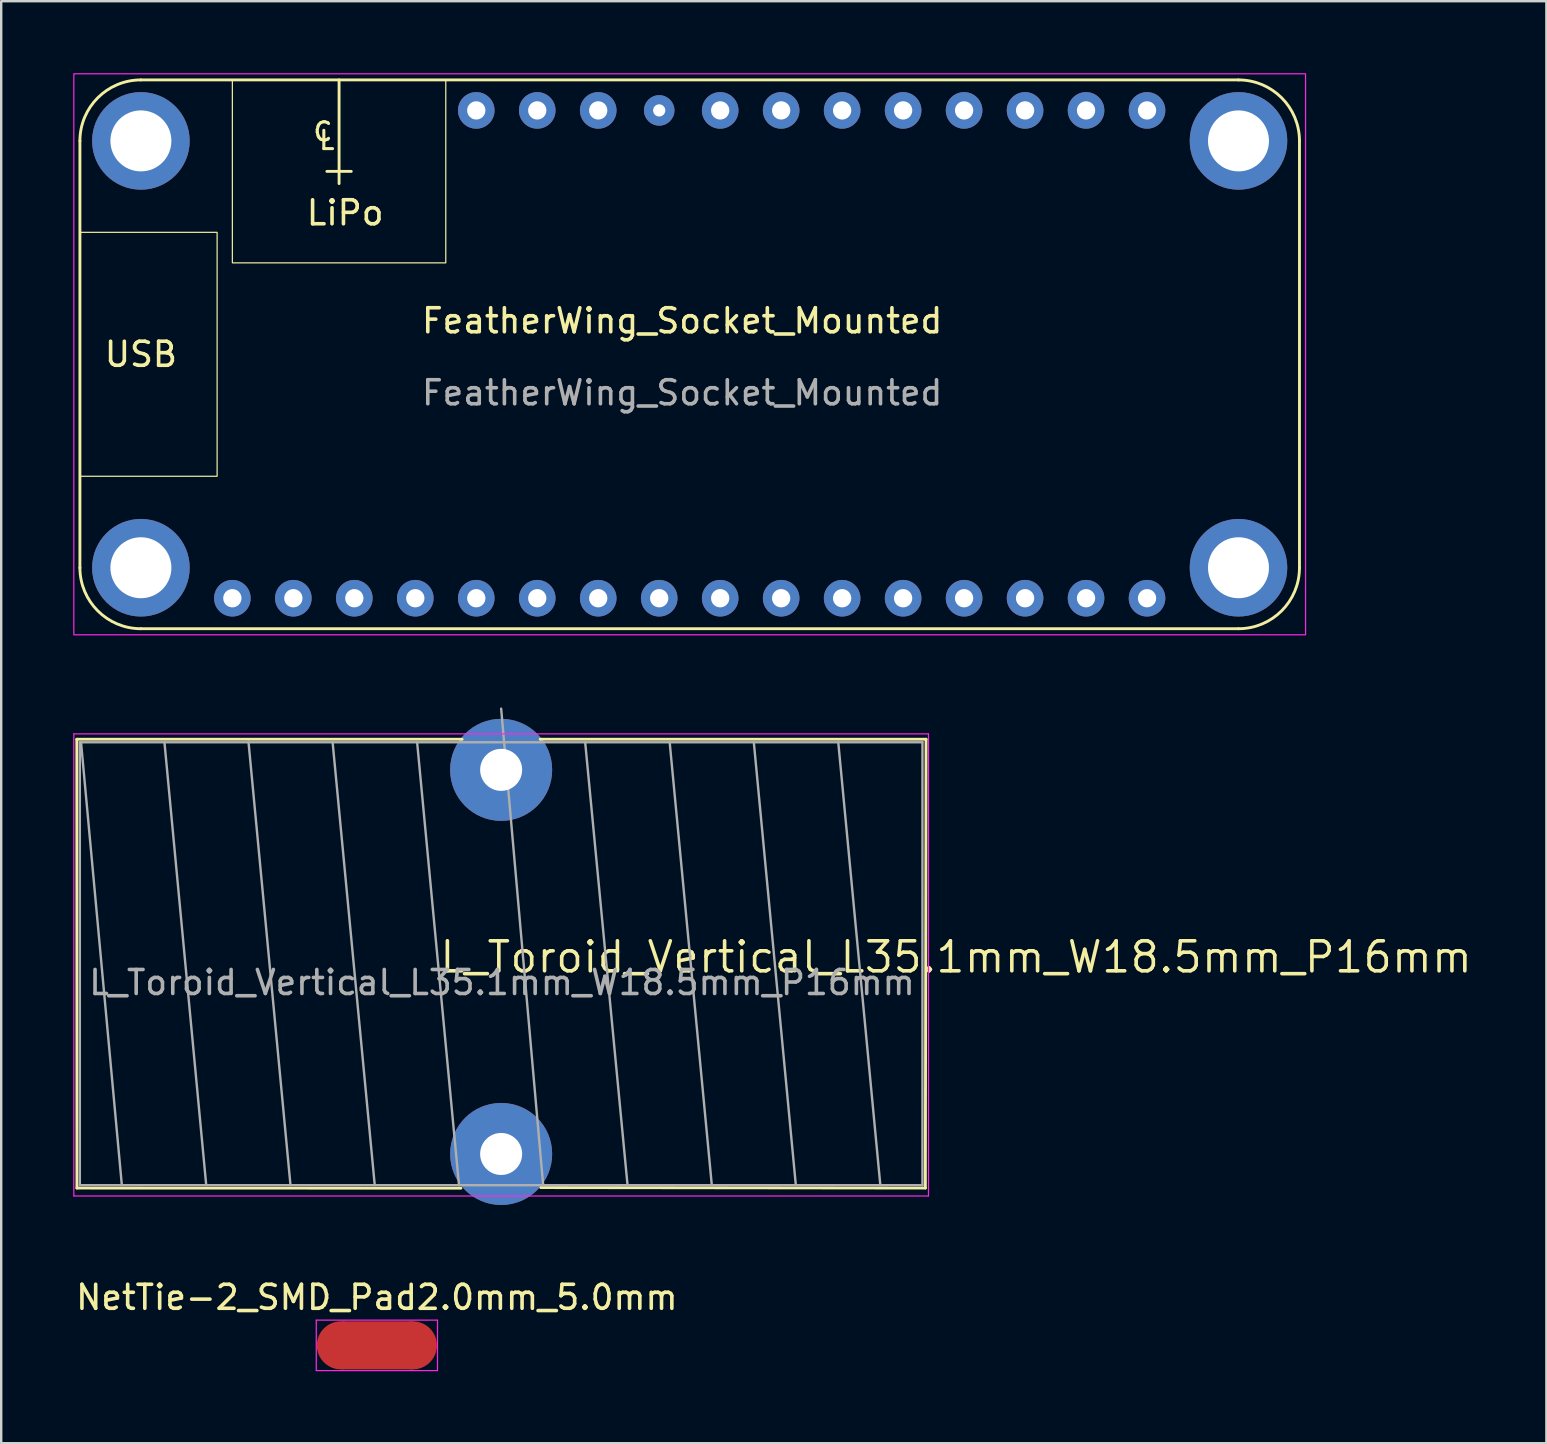
<source format=kicad_pcb>
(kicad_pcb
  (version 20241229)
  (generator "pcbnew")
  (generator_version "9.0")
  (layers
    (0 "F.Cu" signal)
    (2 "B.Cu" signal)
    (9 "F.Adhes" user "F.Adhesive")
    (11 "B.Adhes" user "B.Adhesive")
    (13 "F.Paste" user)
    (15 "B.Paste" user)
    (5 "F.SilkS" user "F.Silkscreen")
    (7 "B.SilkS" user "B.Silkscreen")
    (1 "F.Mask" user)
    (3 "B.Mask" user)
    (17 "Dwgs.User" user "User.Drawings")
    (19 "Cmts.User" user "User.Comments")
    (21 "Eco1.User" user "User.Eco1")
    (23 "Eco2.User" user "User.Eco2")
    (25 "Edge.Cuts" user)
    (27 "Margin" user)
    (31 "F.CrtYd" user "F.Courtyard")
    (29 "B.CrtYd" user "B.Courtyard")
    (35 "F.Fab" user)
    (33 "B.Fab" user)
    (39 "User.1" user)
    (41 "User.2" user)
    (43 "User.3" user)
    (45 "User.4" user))
  (footprint "L_Toroid_Vertical_L35.1mm_W18.5mm_P16mm"
    (layer "F.Cu")
    (at 17.825 27.768)
    (property "Reference" "L_Toroid_Vertical_L35.1mm_W18.5mm_P16mm" (at 18.951 9.049 180) (layer "F.SilkS") (effects (font (size 1.25 1.25) (thickness 0.15))))
    (attr through_hole)
    (fp_line (start -17.675 -0.025) (end -17.67 18.67) (stroke (width 0.12) (type solid)) (layer "F.SilkS"))
    (fp_line (start -17.675 -0.025) (end -1.625 -0.025) (stroke (width 0.12) (type solid)) (layer "F.SilkS"))
    (fp_line (start -17.67 18.67) (end -1.675 18.675) (stroke (width 0.12) (type solid)) (layer "F.SilkS"))
    (fp_line (start 1.625 -0.025) (end 17.7 -0.025) (stroke (width 0.12) (type solid)) (layer "F.SilkS"))
    (fp_line (start 1.65 18.65) (end 17.67 18.67) (stroke (width 0.12) (type solid)) (layer "F.SilkS"))
    (fp_line (start 17.7 -0.025) (end 17.67 18.67) (stroke (width 0.12) (type solid)) (layer "F.SilkS"))
    (fp_line (start -17.8 -0.25) (end -17.8 19) (stroke (width 0.05) (type solid)) (layer "F.CrtYd"))
    (fp_line (start -17.8 19) (end 17.8 19) (stroke (width 0.05) (type solid)) (layer "F.CrtYd"))
    (fp_line (start 17.8 -0.25) (end -17.8 -0.25) (stroke (width 0.05) (type solid)) (layer "F.CrtYd"))
    (fp_line (start 17.8 19) (end 17.8 -0.25) (stroke (width 0.05) (type solid)) (layer "F.CrtYd"))
    (fp_line (start -17.55 0.1) (end -17.55 18.55) (stroke (width 0.1) (type solid)) (layer "F.Fab"))
    (fp_line (start -17.55 18.55) (end 17.55 18.55) (stroke (width 0.1) (type solid)) (layer "F.Fab"))
    (fp_line (start -17.5 0.1) (end -15.8 18.55) (stroke (width 0.1) (type solid)) (layer "F.Fab"))
    (fp_line (start -14.025 0.1) (end -12.285 18.55) (stroke (width 0.1) (type solid)) (layer "F.Fab"))
    (fp_line (start -10.525 0.075) (end -8.775 18.55) (stroke (width 0.1) (type solid)) (layer "F.Fab"))
    (fp_line (start -7.02 0.1) (end -5.265 18.55) (stroke (width 0.1) (type solid)) (layer "F.Fab"))
    (fp_line (start -3.5 0.1) (end -1.755 18.55) (stroke (width 0.1) (type solid)) (layer "F.Fab"))
    (fp_line (start 0 -1.3) (end 1.75 18.55) (stroke (width 0.1) (type solid)) (layer "F.Fab"))
    (fp_line (start 3.5 0.1) (end 5.265 18.55) (stroke (width 0.1) (type solid)) (layer "F.Fab"))
    (fp_line (start 7.02 0.1) (end 8.775 18.55) (stroke (width 0.1) (type solid)) (layer "F.Fab"))
    (fp_line (start 10.525 0.1) (end 12.275 18.55) (stroke (width 0.1) (type solid)) (layer "F.Fab"))
    (fp_line (start 14.04 0.075) (end 15.795 18.55) (stroke (width 0.1) (type solid)) (layer "F.Fab"))
    (fp_line (start 17.55 0.1) (end -17.55 0.1) (stroke (width 0.1) (type solid)) (layer "F.Fab"))
    (fp_line (start 17.55 18.55) (end 17.55 0.1) (stroke (width 0.1) (type solid)) (layer "F.Fab"))
    (fp_text user "${REFERENCE}" (at 0.036 10.109 180) (layer "F.Fab") (effects (font (size 1 1) (thickness 0.15))))
    (pad "1" thru_hole circle (at 0 1.25) (size 4.25 4.25) (drill 1.75) (layers "*.Cu" "*.Mask"))
    (pad "2" thru_hole circle (at 0 17.25) (size 4.25 4.25) (drill 1.75) (layers "*.Cu" "*.Mask")))
  (footprint "FeatherWing_Socket_Mounted"
    (layer "F.Cu")
    (at 25.679 11.709)
    (property "Reference" "FeatherWing_Socket_Mounted" (at -0.314 -1.396 0) (unlocked yes) (layer "F.SilkS") (effects (font (size 1 1) (thickness 0.15))))
    (attr through_hole)
    (fp_line (start -25.4 8.89) (end -25.4 -8.89) (stroke (width 0.12) (type solid)) (layer "F.SilkS"))
    (fp_line (start -22.86 -11.43) (end 22.86 -11.43) (stroke (width 0.12) (type solid)) (layer "F.SilkS"))
    (fp_line (start -15.113 -7.62) (end -14.097 -7.62) (stroke (width 0.12) (type solid)) (layer "F.SilkS"))
    (fp_line (start -14.605 -7.112) (end -14.605 -11.43) (stroke (width 0.12) (type solid)) (layer "F.SilkS"))
    (fp_line (start 22.86 11.43) (end -22.86 11.43) (stroke (width 0.12) (type solid)) (layer "F.SilkS"))
    (fp_line (start 25.4 -8.89) (end 25.4 8.89) (stroke (width 0.12) (type solid)) (layer "F.SilkS"))
    (fp_rect (start -25.4 5.08) (end -19.685 -5.08) (stroke (width 0.05) (type solid)) (fill no) (layer "F.SilkS"))
    (fp_rect (start -19.05 -11.43) (end -10.16 -3.81) (stroke (width 0.05) (type solid)) (fill no) (layer "F.SilkS"))
    (fp_arc (start -25.4 -8.89) (mid -24.656051 -10.686051) (end -22.86 -11.43) (stroke (width 0.12) (type solid)) (layer "F.SilkS"))
    (fp_arc (start -22.86 11.43) (mid -24.656051 10.686051) (end -25.4 8.89) (stroke (width 0.12) (type solid)) (layer "F.SilkS"))
    (fp_arc (start 22.86 -11.43) (mid 24.656051 -10.686051) (end 25.4 -8.89) (stroke (width 0.12) (type solid)) (layer "F.SilkS"))
    (fp_arc (start 25.4 8.89) (mid 24.656051 10.686051) (end 22.86 11.43) (stroke (width 0.12) (type solid)) (layer "F.SilkS"))
    (fp_rect (start -25.654 11.684) (end 25.654 -11.684) (stroke (width 0.05) (type solid)) (fill no) (layer "F.CrtYd"))
    (fp_text user "L" (at -15.113 -8.915 0) (unlocked yes) (layer "F.SilkS") (effects (font (size 0.762 0.762) (thickness 0.127))))
    (fp_text user "LiPo" (at -14.351 -5.893 0) (unlocked yes) (layer "F.SilkS") (effects (font (size 1 1) (thickness 0.15))))
    (fp_text user "C" (at -15.279 -9.271 0) (unlocked yes) (layer "F.SilkS") (effects (font (size 0.762 0.762) (thickness 0.127))))
    (fp_text user "USB" (at -22.86 0 0) (unlocked yes) (layer "F.SilkS") (effects (font (size 1 1) (thickness 0.15))))
    (fp_text user "${REFERENCE}" (at -0.314 1.604 0) (unlocked yes) (layer "F.Fab") (effects (font (size 1 1) (thickness 0.15))))
    (pad "" np_thru_hole circle (at -22.86 -8.89 90) (size 4.064 4.064) (drill 2.54) (layers "*.Cu" "*.Mask"))
    (pad "" np_thru_hole circle (at -22.86 8.89 90) (size 4.064 4.064) (drill 2.54) (layers "*.Cu" "*.Mask"))
    (pad "" np_thru_hole circle (at 22.86 -8.89 90) (size 4.064 4.064) (drill 2.54) (layers "*.Cu" "*.Mask"))
    (pad "" np_thru_hole circle (at 22.86 8.89 90) (size 4.064 4.064) (drill 2.54) (layers "*.Cu" "*.Mask"))
    (pad "1" thru_hole circle (at -19.05 10.16 90) (size 1.524 1.524) (drill 0.762) (layers "*.Cu" "*.Mask"))
    (pad "2" thru_hole circle (at -16.51 10.16 90) (size 1.524 1.524) (drill 0.762) (layers "*.Cu" "*.Mask"))
    (pad "3" thru_hole circle (at -13.97 10.16 90) (size 1.524 1.524) (drill 0.762) (layers "*.Cu" "*.Mask"))
    (pad "4" thru_hole circle (at -11.43 10.16 90) (size 1.524 1.524) (drill 0.762) (layers "*.Cu" "*.Mask"))
    (pad "5" thru_hole circle (at -8.89 10.16 90) (size 1.524 1.524) (drill 0.762) (layers "*.Cu" "*.Mask"))
    (pad "6" thru_hole circle (at -6.35 10.16 90) (size 1.524 1.524) (drill 0.762) (layers "*.Cu" "*.Mask"))
    (pad "7" thru_hole circle (at -3.81 10.16 90) (size 1.524 1.524) (drill 0.762) (layers "*.Cu" "*.Mask"))
    (pad "8" thru_hole circle (at -1.27 10.16 90) (size 1.524 1.524) (drill 0.762) (layers "*.Cu" "*.Mask"))
    (pad "9" thru_hole circle (at 1.27 10.16 90) (size 1.524 1.524) (drill 0.762) (layers "*.Cu" "*.Mask"))
    (pad "10" thru_hole circle (at 3.81 10.16 90) (size 1.524 1.524) (drill 0.762) (layers "*.Cu" "*.Mask"))
    (pad "11" thru_hole circle (at 6.35 10.16 90) (size 1.524 1.524) (drill 0.762) (layers "*.Cu" "*.Mask"))
    (pad "12" thru_hole circle (at 8.89 10.16 90) (size 1.524 1.524) (drill 0.762) (layers "*.Cu" "*.Mask"))
    (pad "13" thru_hole circle (at 11.43 10.16 90) (size 1.524 1.524) (drill 0.762) (layers "*.Cu" "*.Mask"))
    (pad "14" thru_hole circle (at 13.97 10.16 90) (size 1.524 1.524) (drill 0.762) (layers "*.Cu" "*.Mask"))
    (pad "15" thru_hole circle (at 16.51 10.16 90) (size 1.524 1.524) (drill 0.762) (layers "*.Cu" "*.Mask"))
    (pad "16" thru_hole circle (at 19.05 10.16 90) (size 1.524 1.524) (drill 0.762) (layers "*.Cu" "*.Mask"))
    (pad "17" thru_hole circle (at -8.89 -10.16 90) (size 1.524 1.524) (drill 0.762) (layers "*.Cu" "*.Mask"))
    (pad "18" thru_hole circle (at -6.35 -10.16 90) (size 1.524 1.524) (drill 0.762) (layers "*.Cu" "*.Mask"))
    (pad "19" thru_hole circle (at -3.81 -10.16 90) (size 1.524 1.524) (drill 0.762) (layers "*.Cu" "*.Mask"))
    (pad "20" thru_hole circle (at -1.27 -10.16 90) (size 1.27 1.27) (drill 0.508) (layers "*.Cu" "*.Mask"))
    (pad "21" thru_hole circle (at 1.27 -10.16 90) (size 1.524 1.524) (drill 0.762) (layers "*.Cu" "*.Mask"))
    (pad "22" thru_hole circle (at 3.81 -10.16 90) (size 1.524 1.524) (drill 0.762) (layers "*.Cu" "*.Mask"))
    (pad "23" thru_hole circle (at 6.35 -10.16 90) (size 1.524 1.524) (drill 0.762) (layers "*.Cu" "*.Mask"))
    (pad "24" thru_hole circle (at 8.89 -10.16 90) (size 1.524 1.524) (drill 0.762) (layers "*.Cu" "*.Mask"))
    (pad "25" thru_hole circle (at 11.43 -10.16 180) (size 1.524 1.524) (drill 0.762) (layers "*.Cu" "*.Mask"))
    (pad "26" thru_hole circle (at 13.97 -10.16 90) (size 1.524 1.524) (drill 0.762) (layers "*.Cu" "*.Mask"))
    (pad "27" thru_hole circle (at 16.51 -10.16 90) (size 1.524 1.524) (drill 0.762) (layers "*.Cu" "*.Mask"))
    (pad "28" thru_hole circle (at 19.05 -10.16 90) (size 1.524 1.524) (drill 0.762) (layers "*.Cu" "*.Mask")))
  (footprint "NetTie-2_SMD_Pad2.0mm_5.0mm"
    (layer "F.Cu")
    (at 12.649 52.991)
    (property "Reference" "NetTie-2_SMD_Pad2.0mm_5.0mm" (at 0 -2 0) (layer "F.SilkS") (effects (font (size 1 1) (thickness 0.15))))
    (attr exclude_from_pos_files)
    (fp_poly (pts (xy -1.475 -1) (xy 1.5 -1) (xy 1.5 1) (xy -1.475 1)) (stroke (width 0) (type solid)) (fill yes) (layer "F.Cu"))
    (fp_line (start -2.525 -1.05) (end 2.525 -1.05) (stroke (width 0.05) (type solid)) (layer "F.CrtYd"))
    (fp_line (start -2.525 1.05) (end -2.525 -1.05) (stroke (width 0.05) (type solid)) (layer "F.CrtYd"))
    (fp_line (start 2.525 -1.05) (end 2.525 1.05) (stroke (width 0.05) (type solid)) (layer "F.CrtYd"))
    (fp_line (start 2.525 1.05) (end -2.525 1.05) (stroke (width 0.05) (type solid)) (layer "F.CrtYd"))
    (pad "1" smd circle (at -1.5 0) (size 2 2) (layers "F.Cu"))
    (pad "2" smd circle (at 1.5 0) (size 2 2) (layers "F.Cu")))
  (gr_rect
    (start -3 -3)
    (end 61.364 57.066)
    (stroke (width 0.1) (type default))
    (fill no)
    (layer "Edge.Cuts")))
</source>
